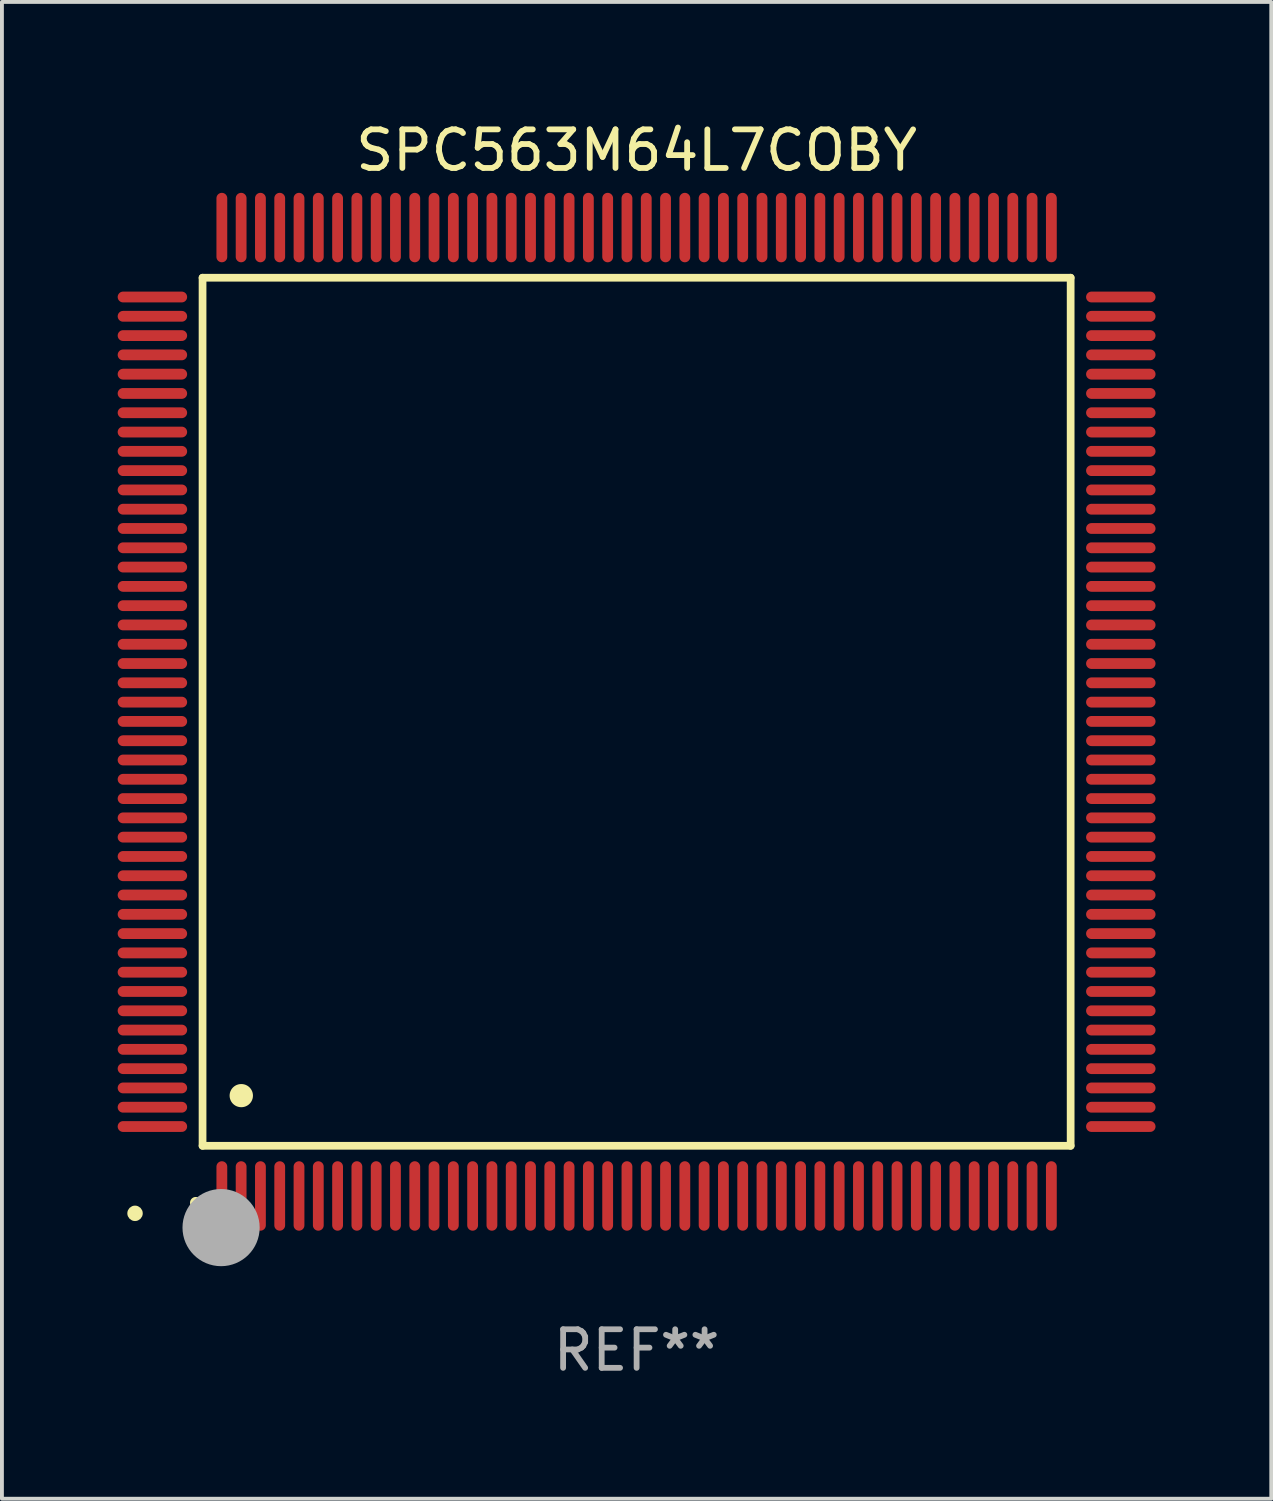
<source format=kicad_pcb>
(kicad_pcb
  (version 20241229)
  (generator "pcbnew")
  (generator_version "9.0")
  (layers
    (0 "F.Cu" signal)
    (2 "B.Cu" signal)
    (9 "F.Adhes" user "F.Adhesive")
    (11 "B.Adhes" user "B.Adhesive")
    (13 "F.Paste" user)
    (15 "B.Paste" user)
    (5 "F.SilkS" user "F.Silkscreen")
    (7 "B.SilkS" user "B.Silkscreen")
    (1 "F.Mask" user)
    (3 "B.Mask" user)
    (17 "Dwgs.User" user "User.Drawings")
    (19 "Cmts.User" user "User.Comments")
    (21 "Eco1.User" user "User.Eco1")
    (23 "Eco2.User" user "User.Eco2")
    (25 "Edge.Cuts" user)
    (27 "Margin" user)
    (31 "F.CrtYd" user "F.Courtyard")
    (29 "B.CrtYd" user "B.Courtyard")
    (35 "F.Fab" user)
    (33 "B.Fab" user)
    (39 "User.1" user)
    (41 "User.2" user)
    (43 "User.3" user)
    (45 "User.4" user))
  (footprint "SPC563M64L7COBY"
    (layer "F.Cu")
    (at 13.45 15.398)
    (property "Reference" "SPC563M64L7COBY" (at 0 -14.55 0) (layer "F.SilkS") (effects (font (size 1 1) (thickness 0.15))))
    (attr through_hole)
    (fp_line (start -11.25 -11.25) (end 11.25 -11.25) (stroke (width 0.2) (type solid)) (layer "F.SilkS"))
    (fp_line (start -11.25 11.25) (end -11.25 -11.25) (stroke (width 0.2) (type solid)) (layer "F.SilkS"))
    (fp_line (start 11.25 -11.25) (end 11.25 11.25) (stroke (width 0.2) (type solid)) (layer "F.SilkS"))
    (fp_line (start 11.25 11.25) (end -11.25 11.25) (stroke (width 0.2) (type solid)) (layer "F.SilkS"))
    (fp_arc (start -11.424943 12.725425) (mid -11.423673 12.72542) (end -11.422403 12.725425) (stroke (width 0.3) (type solid)) (layer "F.SilkS"))
    (fp_arc (start -10.24892 9.9492) (mid -10.24638 9.949189) (end -10.24384 9.9492) (stroke (width 0.6) (type solid)) (layer "F.SilkS"))
    (fp_circle (center -13 13) (end -12.9 13) (stroke (width 0.2) (type solid)) (fill no) (layer "F.SilkS"))
    (fp_circle (center -10.77 13.37) (end -10.27 13.37) (stroke (width 1) (type solid)) (fill no) (layer "F.Fab"))
    (fp_text user "REF**" (at 0 16.55 0) (layer "F.Fab") (effects (font (size 1 1) (thickness 0.15))))
    (pad "1" smd oval (at -10.75 12.55) (size 0.28 1.8) (layers "F.Cu" "F.Mask" "F.Paste"))
    (pad "2" smd oval (at -10.25 12.55) (size 0.28 1.8) (layers "F.Cu" "F.Mask" "F.Paste"))
    (pad "3" smd oval (at -9.75 12.55) (size 0.28 1.8) (layers "F.Cu" "F.Mask" "F.Paste"))
    (pad "4" smd oval (at -9.25 12.55) (size 0.28 1.8) (layers "F.Cu" "F.Mask" "F.Paste"))
    (pad "5" smd oval (at -8.75 12.55) (size 0.28 1.8) (layers "F.Cu" "F.Mask" "F.Paste"))
    (pad "6" smd oval (at -8.25 12.55) (size 0.28 1.8) (layers "F.Cu" "F.Mask" "F.Paste"))
    (pad "7" smd oval (at -7.75 12.55) (size 0.28 1.8) (layers "F.Cu" "F.Mask" "F.Paste"))
    (pad "8" smd oval (at -7.25 12.55) (size 0.28 1.8) (layers "F.Cu" "F.Mask" "F.Paste"))
    (pad "9" smd oval (at -6.75 12.55) (size 0.28 1.8) (layers "F.Cu" "F.Mask" "F.Paste"))
    (pad "10" smd oval (at -6.25 12.55) (size 0.28 1.8) (layers "F.Cu" "F.Mask" "F.Paste"))
    (pad "11" smd oval (at -5.75 12.55) (size 0.28 1.8) (layers "F.Cu" "F.Mask" "F.Paste"))
    (pad "12" smd oval (at -5.25 12.55) (size 0.28 1.8) (layers "F.Cu" "F.Mask" "F.Paste"))
    (pad "13" smd oval (at -4.75 12.55) (size 0.28 1.8) (layers "F.Cu" "F.Mask" "F.Paste"))
    (pad "14" smd oval (at -4.25 12.55) (size 0.28 1.8) (layers "F.Cu" "F.Mask" "F.Paste"))
    (pad "15" smd oval (at -3.75 12.55) (size 0.28 1.8) (layers "F.Cu" "F.Mask" "F.Paste"))
    (pad "16" smd oval (at -3.25 12.55) (size 0.28 1.8) (layers "F.Cu" "F.Mask" "F.Paste"))
    (pad "17" smd oval (at -2.75 12.55) (size 0.28 1.8) (layers "F.Cu" "F.Mask" "F.Paste"))
    (pad "18" smd oval (at -2.25 12.55) (size 0.28 1.8) (layers "F.Cu" "F.Mask" "F.Paste"))
    (pad "19" smd oval (at -1.75 12.55) (size 0.28 1.8) (layers "F.Cu" "F.Mask" "F.Paste"))
    (pad "20" smd oval (at -1.25 12.55) (size 0.28 1.8) (layers "F.Cu" "F.Mask" "F.Paste"))
    (pad "21" smd oval (at -0.75 12.55) (size 0.28 1.8) (layers "F.Cu" "F.Mask" "F.Paste"))
    (pad "22" smd oval (at -0.25 12.55) (size 0.28 1.8) (layers "F.Cu" "F.Mask" "F.Paste"))
    (pad "23" smd oval (at 0.25 12.55) (size 0.28 1.8) (layers "F.Cu" "F.Mask" "F.Paste"))
    (pad "24" smd oval (at 0.75 12.55) (size 0.28 1.8) (layers "F.Cu" "F.Mask" "F.Paste"))
    (pad "25" smd oval (at 1.25 12.55) (size 0.28 1.8) (layers "F.Cu" "F.Mask" "F.Paste"))
    (pad "26" smd oval (at 1.75 12.55) (size 0.28 1.8) (layers "F.Cu" "F.Mask" "F.Paste"))
    (pad "27" smd oval (at 2.25 12.55) (size 0.28 1.8) (layers "F.Cu" "F.Mask" "F.Paste"))
    (pad "28" smd oval (at 2.75 12.55) (size 0.28 1.8) (layers "F.Cu" "F.Mask" "F.Paste"))
    (pad "29" smd oval (at 3.25 12.55) (size 0.28 1.8) (layers "F.Cu" "F.Mask" "F.Paste"))
    (pad "30" smd oval (at 3.75 12.55) (size 0.28 1.8) (layers "F.Cu" "F.Mask" "F.Paste"))
    (pad "31" smd oval (at 4.25 12.55) (size 0.28 1.8) (layers "F.Cu" "F.Mask" "F.Paste"))
    (pad "32" smd oval (at 4.75 12.55) (size 0.28 1.8) (layers "F.Cu" "F.Mask" "F.Paste"))
    (pad "33" smd oval (at 5.25 12.55) (size 0.28 1.8) (layers "F.Cu" "F.Mask" "F.Paste"))
    (pad "34" smd oval (at 5.75 12.55) (size 0.28 1.8) (layers "F.Cu" "F.Mask" "F.Paste"))
    (pad "35" smd oval (at 6.25 12.55) (size 0.28 1.8) (layers "F.Cu" "F.Mask" "F.Paste"))
    (pad "36" smd oval (at 6.75 12.55) (size 0.28 1.8) (layers "F.Cu" "F.Mask" "F.Paste"))
    (pad "37" smd oval (at 7.25 12.55) (size 0.28 1.8) (layers "F.Cu" "F.Mask" "F.Paste"))
    (pad "38" smd oval (at 7.75 12.55) (size 0.28 1.8) (layers "F.Cu" "F.Mask" "F.Paste"))
    (pad "39" smd oval (at 8.25 12.55) (size 0.28 1.8) (layers "F.Cu" "F.Mask" "F.Paste"))
    (pad "40" smd oval (at 8.75 12.55) (size 0.28 1.8) (layers "F.Cu" "F.Mask" "F.Paste"))
    (pad "41" smd oval (at 9.25 12.55) (size 0.28 1.8) (layers "F.Cu" "F.Mask" "F.Paste"))
    (pad "42" smd oval (at 9.75 12.55) (size 0.28 1.8) (layers "F.Cu" "F.Mask" "F.Paste"))
    (pad "43" smd oval (at 10.25 12.55) (size 0.28 1.8) (layers "F.Cu" "F.Mask" "F.Paste"))
    (pad "44" smd oval (at 10.75 12.55) (size 0.28 1.8) (layers "F.Cu" "F.Mask" "F.Paste"))
    (pad "45" smd oval (at 12.55 10.75) (size 1.8 0.28) (layers "F.Cu" "F.Mask" "F.Paste"))
    (pad "46" smd oval (at 12.55 10.25) (size 1.8 0.28) (layers "F.Cu" "F.Mask" "F.Paste"))
    (pad "47" smd oval (at 12.55 9.75) (size 1.8 0.28) (layers "F.Cu" "F.Mask" "F.Paste"))
    (pad "48" smd oval (at 12.55 9.25) (size 1.8 0.28) (layers "F.Cu" "F.Mask" "F.Paste"))
    (pad "49" smd oval (at 12.55 8.75) (size 1.8 0.28) (layers "F.Cu" "F.Mask" "F.Paste"))
    (pad "50" smd oval (at 12.55 8.25) (size 1.8 0.28) (layers "F.Cu" "F.Mask" "F.Paste"))
    (pad "51" smd oval (at 12.55 7.75) (size 1.8 0.28) (layers "F.Cu" "F.Mask" "F.Paste"))
    (pad "52" smd oval (at 12.55 7.25) (size 1.8 0.28) (layers "F.Cu" "F.Mask" "F.Paste"))
    (pad "53" smd oval (at 12.55 6.75) (size 1.8 0.28) (layers "F.Cu" "F.Mask" "F.Paste"))
    (pad "54" smd oval (at 12.55 6.25) (size 1.8 0.28) (layers "F.Cu" "F.Mask" "F.Paste"))
    (pad "55" smd oval (at 12.55 5.75) (size 1.8 0.28) (layers "F.Cu" "F.Mask" "F.Paste"))
    (pad "56" smd oval (at 12.55 5.25) (size 1.8 0.28) (layers "F.Cu" "F.Mask" "F.Paste"))
    (pad "57" smd oval (at 12.55 4.75) (size 1.8 0.28) (layers "F.Cu" "F.Mask" "F.Paste"))
    (pad "58" smd oval (at 12.55 4.25) (size 1.8 0.28) (layers "F.Cu" "F.Mask" "F.Paste"))
    (pad "59" smd oval (at 12.55 3.75) (size 1.8 0.28) (layers "F.Cu" "F.Mask" "F.Paste"))
    (pad "60" smd oval (at 12.55 3.25) (size 1.8 0.28) (layers "F.Cu" "F.Mask" "F.Paste"))
    (pad "61" smd oval (at 12.55 2.75) (size 1.8 0.28) (layers "F.Cu" "F.Mask" "F.Paste"))
    (pad "62" smd oval (at 12.55 2.25) (size 1.8 0.28) (layers "F.Cu" "F.Mask" "F.Paste"))
    (pad "63" smd oval (at 12.55 1.75) (size 1.8 0.28) (layers "F.Cu" "F.Mask" "F.Paste"))
    (pad "64" smd oval (at 12.55 1.25) (size 1.8 0.28) (layers "F.Cu" "F.Mask" "F.Paste"))
    (pad "65" smd oval (at 12.55 0.75) (size 1.8 0.28) (layers "F.Cu" "F.Mask" "F.Paste"))
    (pad "66" smd oval (at 12.55 0.25) (size 1.8 0.28) (layers "F.Cu" "F.Mask" "F.Paste"))
    (pad "67" smd oval (at 12.55 -0.25) (size 1.8 0.28) (layers "F.Cu" "F.Mask" "F.Paste"))
    (pad "68" smd oval (at 12.55 -0.75) (size 1.8 0.28) (layers "F.Cu" "F.Mask" "F.Paste"))
    (pad "69" smd oval (at 12.55 -1.25) (size 1.8 0.28) (layers "F.Cu" "F.Mask" "F.Paste"))
    (pad "70" smd oval (at 12.55 -1.75) (size 1.8 0.28) (layers "F.Cu" "F.Mask" "F.Paste"))
    (pad "71" smd oval (at 12.55 -2.25) (size 1.8 0.28) (layers "F.Cu" "F.Mask" "F.Paste"))
    (pad "72" smd oval (at 12.55 -2.75) (size 1.8 0.28) (layers "F.Cu" "F.Mask" "F.Paste"))
    (pad "73" smd oval (at 12.55 -3.25) (size 1.8 0.28) (layers "F.Cu" "F.Mask" "F.Paste"))
    (pad "74" smd oval (at 12.55 -3.75) (size 1.8 0.28) (layers "F.Cu" "F.Mask" "F.Paste"))
    (pad "75" smd oval (at 12.55 -4.25) (size 1.8 0.28) (layers "F.Cu" "F.Mask" "F.Paste"))
    (pad "76" smd oval (at 12.55 -4.75) (size 1.8 0.28) (layers "F.Cu" "F.Mask" "F.Paste"))
    (pad "77" smd oval (at 12.55 -5.25) (size 1.8 0.28) (layers "F.Cu" "F.Mask" "F.Paste"))
    (pad "78" smd oval (at 12.55 -5.75) (size 1.8 0.28) (layers "F.Cu" "F.Mask" "F.Paste"))
    (pad "79" smd oval (at 12.55 -6.25) (size 1.8 0.28) (layers "F.Cu" "F.Mask" "F.Paste"))
    (pad "80" smd oval (at 12.55 -6.75) (size 1.8 0.28) (layers "F.Cu" "F.Mask" "F.Paste"))
    (pad "81" smd oval (at 12.55 -7.25) (size 1.8 0.28) (layers "F.Cu" "F.Mask" "F.Paste"))
    (pad "82" smd oval (at 12.55 -7.75) (size 1.8 0.28) (layers "F.Cu" "F.Mask" "F.Paste"))
    (pad "83" smd oval (at 12.55 -8.25) (size 1.8 0.28) (layers "F.Cu" "F.Mask" "F.Paste"))
    (pad "84" smd oval (at 12.55 -8.75) (size 1.8 0.28) (layers "F.Cu" "F.Mask" "F.Paste"))
    (pad "85" smd oval (at 12.55 -9.25) (size 1.8 0.28) (layers "F.Cu" "F.Mask" "F.Paste"))
    (pad "86" smd oval (at 12.55 -9.75) (size 1.8 0.28) (layers "F.Cu" "F.Mask" "F.Paste"))
    (pad "87" smd oval (at 12.55 -10.25) (size 1.8 0.28) (layers "F.Cu" "F.Mask" "F.Paste"))
    (pad "88" smd oval (at 12.55 -10.75) (size 1.8 0.28) (layers "F.Cu" "F.Mask" "F.Paste"))
    (pad "89" smd oval (at 10.75 -12.55) (size 0.28 1.8) (layers "F.Cu" "F.Mask" "F.Paste"))
    (pad "90" smd oval (at 10.25 -12.55) (size 0.28 1.8) (layers "F.Cu" "F.Mask" "F.Paste"))
    (pad "91" smd oval (at 9.75 -12.55) (size 0.28 1.8) (layers "F.Cu" "F.Mask" "F.Paste"))
    (pad "92" smd oval (at 9.25 -12.55) (size 0.28 1.8) (layers "F.Cu" "F.Mask" "F.Paste"))
    (pad "93" smd oval (at 8.75 -12.55) (size 0.28 1.8) (layers "F.Cu" "F.Mask" "F.Paste"))
    (pad "94" smd oval (at 8.25 -12.55) (size 0.28 1.8) (layers "F.Cu" "F.Mask" "F.Paste"))
    (pad "95" smd oval (at 7.75 -12.55) (size 0.28 1.8) (layers "F.Cu" "F.Mask" "F.Paste"))
    (pad "96" smd oval (at 7.25 -12.55) (size 0.28 1.8) (layers "F.Cu" "F.Mask" "F.Paste"))
    (pad "97" smd oval (at 6.75 -12.55) (size 0.28 1.8) (layers "F.Cu" "F.Mask" "F.Paste"))
    (pad "98" smd oval (at 6.25 -12.55) (size 0.28 1.8) (layers "F.Cu" "F.Mask" "F.Paste"))
    (pad "99" smd oval (at 5.75 -12.55) (size 0.28 1.8) (layers "F.Cu" "F.Mask" "F.Paste"))
    (pad "100" smd oval (at 5.25 -12.55) (size 0.28 1.8) (layers "F.Cu" "F.Mask" "F.Paste"))
    (pad "101" smd oval (at 4.75 -12.55) (size 0.28 1.8) (layers "F.Cu" "F.Mask" "F.Paste"))
    (pad "102" smd oval (at 4.25 -12.55) (size 0.28 1.8) (layers "F.Cu" "F.Mask" "F.Paste"))
    (pad "103" smd oval (at 3.75 -12.55) (size 0.28 1.8) (layers "F.Cu" "F.Mask" "F.Paste"))
    (pad "104" smd oval (at 3.25 -12.55) (size 0.28 1.8) (layers "F.Cu" "F.Mask" "F.Paste"))
    (pad "105" smd oval (at 2.75 -12.55) (size 0.28 1.8) (layers "F.Cu" "F.Mask" "F.Paste"))
    (pad "106" smd oval (at 2.25 -12.55) (size 0.28 1.8) (layers "F.Cu" "F.Mask" "F.Paste"))
    (pad "107" smd oval (at 1.75 -12.55) (size 0.28 1.8) (layers "F.Cu" "F.Mask" "F.Paste"))
    (pad "108" smd oval (at 1.25 -12.55) (size 0.28 1.8) (layers "F.Cu" "F.Mask" "F.Paste"))
    (pad "109" smd oval (at 0.75 -12.55) (size 0.28 1.8) (layers "F.Cu" "F.Mask" "F.Paste"))
    (pad "110" smd oval (at 0.25 -12.55) (size 0.28 1.8) (layers "F.Cu" "F.Mask" "F.Paste"))
    (pad "111" smd oval (at -0.25 -12.55) (size 0.28 1.8) (layers "F.Cu" "F.Mask" "F.Paste"))
    (pad "112" smd oval (at -0.75 -12.55) (size 0.28 1.8) (layers "F.Cu" "F.Mask" "F.Paste"))
    (pad "113" smd oval (at -1.25 -12.55) (size 0.28 1.8) (layers "F.Cu" "F.Mask" "F.Paste"))
    (pad "114" smd oval (at -1.75 -12.55) (size 0.28 1.8) (layers "F.Cu" "F.Mask" "F.Paste"))
    (pad "115" smd oval (at -2.25 -12.55) (size 0.28 1.8) (layers "F.Cu" "F.Mask" "F.Paste"))
    (pad "116" smd oval (at -2.75 -12.55) (size 0.28 1.8) (layers "F.Cu" "F.Mask" "F.Paste"))
    (pad "117" smd oval (at -3.25 -12.55) (size 0.28 1.8) (layers "F.Cu" "F.Mask" "F.Paste"))
    (pad "118" smd oval (at -3.75 -12.55) (size 0.28 1.8) (layers "F.Cu" "F.Mask" "F.Paste"))
    (pad "119" smd oval (at -4.25 -12.55) (size 0.28 1.8) (layers "F.Cu" "F.Mask" "F.Paste"))
    (pad "120" smd oval (at -4.75 -12.55) (size 0.28 1.8) (layers "F.Cu" "F.Mask" "F.Paste"))
    (pad "121" smd oval (at -5.25 -12.55) (size 0.28 1.8) (layers "F.Cu" "F.Mask" "F.Paste"))
    (pad "122" smd oval (at -5.75 -12.55) (size 0.28 1.8) (layers "F.Cu" "F.Mask" "F.Paste"))
    (pad "123" smd oval (at -6.25 -12.55) (size 0.28 1.8) (layers "F.Cu" "F.Mask" "F.Paste"))
    (pad "124" smd oval (at -6.75 -12.55) (size 0.28 1.8) (layers "F.Cu" "F.Mask" "F.Paste"))
    (pad "125" smd oval (at -7.25 -12.55) (size 0.28 1.8) (layers "F.Cu" "F.Mask" "F.Paste"))
    (pad "126" smd oval (at -7.75 -12.55) (size 0.28 1.8) (layers "F.Cu" "F.Mask" "F.Paste"))
    (pad "127" smd oval (at -8.25 -12.55) (size 0.28 1.8) (layers "F.Cu" "F.Mask" "F.Paste"))
    (pad "128" smd oval (at -8.75 -12.55) (size 0.28 1.8) (layers "F.Cu" "F.Mask" "F.Paste"))
    (pad "129" smd oval (at -9.25 -12.55) (size 0.28 1.8) (layers "F.Cu" "F.Mask" "F.Paste"))
    (pad "130" smd oval (at -9.75 -12.55) (size 0.28 1.8) (layers "F.Cu" "F.Mask" "F.Paste"))
    (pad "131" smd oval (at -10.25 -12.55) (size 0.28 1.8) (layers "F.Cu" "F.Mask" "F.Paste"))
    (pad "132" smd oval (at -10.75 -12.55) (size 0.28 1.8) (layers "F.Cu" "F.Mask" "F.Paste"))
    (pad "133" smd oval (at -12.55 -10.75) (size 1.8 0.28) (layers "F.Cu" "F.Mask" "F.Paste"))
    (pad "134" smd oval (at -12.55 -10.25) (size 1.8 0.28) (layers "F.Cu" "F.Mask" "F.Paste"))
    (pad "135" smd oval (at -12.55 -9.75) (size 1.8 0.28) (layers "F.Cu" "F.Mask" "F.Paste"))
    (pad "136" smd oval (at -12.55 -9.25) (size 1.8 0.28) (layers "F.Cu" "F.Mask" "F.Paste"))
    (pad "137" smd oval (at -12.55 -8.75) (size 1.8 0.28) (layers "F.Cu" "F.Mask" "F.Paste"))
    (pad "138" smd oval (at -12.55 -8.25) (size 1.8 0.28) (layers "F.Cu" "F.Mask" "F.Paste"))
    (pad "139" smd oval (at -12.55 -7.75) (size 1.8 0.28) (layers "F.Cu" "F.Mask" "F.Paste"))
    (pad "140" smd oval (at -12.55 -7.25) (size 1.8 0.28) (layers "F.Cu" "F.Mask" "F.Paste"))
    (pad "141" smd oval (at -12.55 -6.75) (size 1.8 0.28) (layers "F.Cu" "F.Mask" "F.Paste"))
    (pad "142" smd oval (at -12.55 -6.25) (size 1.8 0.28) (layers "F.Cu" "F.Mask" "F.Paste"))
    (pad "143" smd oval (at -12.55 -5.75) (size 1.8 0.28) (layers "F.Cu" "F.Mask" "F.Paste"))
    (pad "144" smd oval (at -12.55 -5.25) (size 1.8 0.28) (layers "F.Cu" "F.Mask" "F.Paste"))
    (pad "145" smd oval (at -12.55 -4.75) (size 1.8 0.28) (layers "F.Cu" "F.Mask" "F.Paste"))
    (pad "146" smd oval (at -12.55 -4.25) (size 1.8 0.28) (layers "F.Cu" "F.Mask" "F.Paste"))
    (pad "147" smd oval (at -12.55 -3.75) (size 1.8 0.28) (layers "F.Cu" "F.Mask" "F.Paste"))
    (pad "148" smd oval (at -12.55 -3.25) (size 1.8 0.28) (layers "F.Cu" "F.Mask" "F.Paste"))
    (pad "149" smd oval (at -12.55 -2.75) (size 1.8 0.28) (layers "F.Cu" "F.Mask" "F.Paste"))
    (pad "150" smd oval (at -12.55 -2.25) (size 1.8 0.28) (layers "F.Cu" "F.Mask" "F.Paste"))
    (pad "151" smd oval (at -12.55 -1.75) (size 1.8 0.28) (layers "F.Cu" "F.Mask" "F.Paste"))
    (pad "152" smd oval (at -12.55 -1.25) (size 1.8 0.28) (layers "F.Cu" "F.Mask" "F.Paste"))
    (pad "153" smd oval (at -12.55 -0.75) (size 1.8 0.28) (layers "F.Cu" "F.Mask" "F.Paste"))
    (pad "154" smd oval (at -12.55 -0.25) (size 1.8 0.28) (layers "F.Cu" "F.Mask" "F.Paste"))
    (pad "155" smd oval (at -12.55 0.25) (size 1.8 0.28) (layers "F.Cu" "F.Mask" "F.Paste"))
    (pad "156" smd oval (at -12.55 0.75) (size 1.8 0.28) (layers "F.Cu" "F.Mask" "F.Paste"))
    (pad "157" smd oval (at -12.55 1.25) (size 1.8 0.28) (layers "F.Cu" "F.Mask" "F.Paste"))
    (pad "158" smd oval (at -12.55 1.75) (size 1.8 0.28) (layers "F.Cu" "F.Mask" "F.Paste"))
    (pad "159" smd oval (at -12.55 2.25) (size 1.8 0.28) (layers "F.Cu" "F.Mask" "F.Paste"))
    (pad "160" smd oval (at -12.55 2.75) (size 1.8 0.28) (layers "F.Cu" "F.Mask" "F.Paste"))
    (pad "161" smd oval (at -12.55 3.25) (size 1.8 0.28) (layers "F.Cu" "F.Mask" "F.Paste"))
    (pad "162" smd oval (at -12.55 3.75) (size 1.8 0.28) (layers "F.Cu" "F.Mask" "F.Paste"))
    (pad "163" smd oval (at -12.55 4.25) (size 1.8 0.28) (layers "F.Cu" "F.Mask" "F.Paste"))
    (pad "164" smd oval (at -12.55 4.75) (size 1.8 0.28) (layers "F.Cu" "F.Mask" "F.Paste"))
    (pad "165" smd oval (at -12.55 5.25) (size 1.8 0.28) (layers "F.Cu" "F.Mask" "F.Paste"))
    (pad "166" smd oval (at -12.55 5.75) (size 1.8 0.28) (layers "F.Cu" "F.Mask" "F.Paste"))
    (pad "167" smd oval (at -12.55 6.25) (size 1.8 0.28) (layers "F.Cu" "F.Mask" "F.Paste"))
    (pad "168" smd oval (at -12.55 6.75) (size 1.8 0.28) (layers "F.Cu" "F.Mask" "F.Paste"))
    (pad "169" smd oval (at -12.55 7.25) (size 1.8 0.28) (layers "F.Cu" "F.Mask" "F.Paste"))
    (pad "170" smd oval (at -12.55 7.75) (size 1.8 0.28) (layers "F.Cu" "F.Mask" "F.Paste"))
    (pad "171" smd oval (at -12.55 8.25) (size 1.8 0.28) (layers "F.Cu" "F.Mask" "F.Paste"))
    (pad "172" smd oval (at -12.55 8.75) (size 1.8 0.28) (layers "F.Cu" "F.Mask" "F.Paste"))
    (pad "173" smd oval (at -12.55 9.25) (size 1.8 0.28) (layers "F.Cu" "F.Mask" "F.Paste"))
    (pad "174" smd oval (at -12.55 9.75) (size 1.8 0.28) (layers "F.Cu" "F.Mask" "F.Paste"))
    (pad "175" smd oval (at -12.55 10.25) (size 1.8 0.28) (layers "F.Cu" "F.Mask" "F.Paste"))
    (pad "176" smd oval (at -12.55 10.75) (size 1.8 0.28) (layers "F.Cu" "F.Mask" "F.Paste")))
  (gr_rect
    (start -3 -3)
    (end 29.9 35.796)
    (stroke (width 0.1) (type default))
    (fill no)
    (layer "Edge.Cuts")))
</source>
